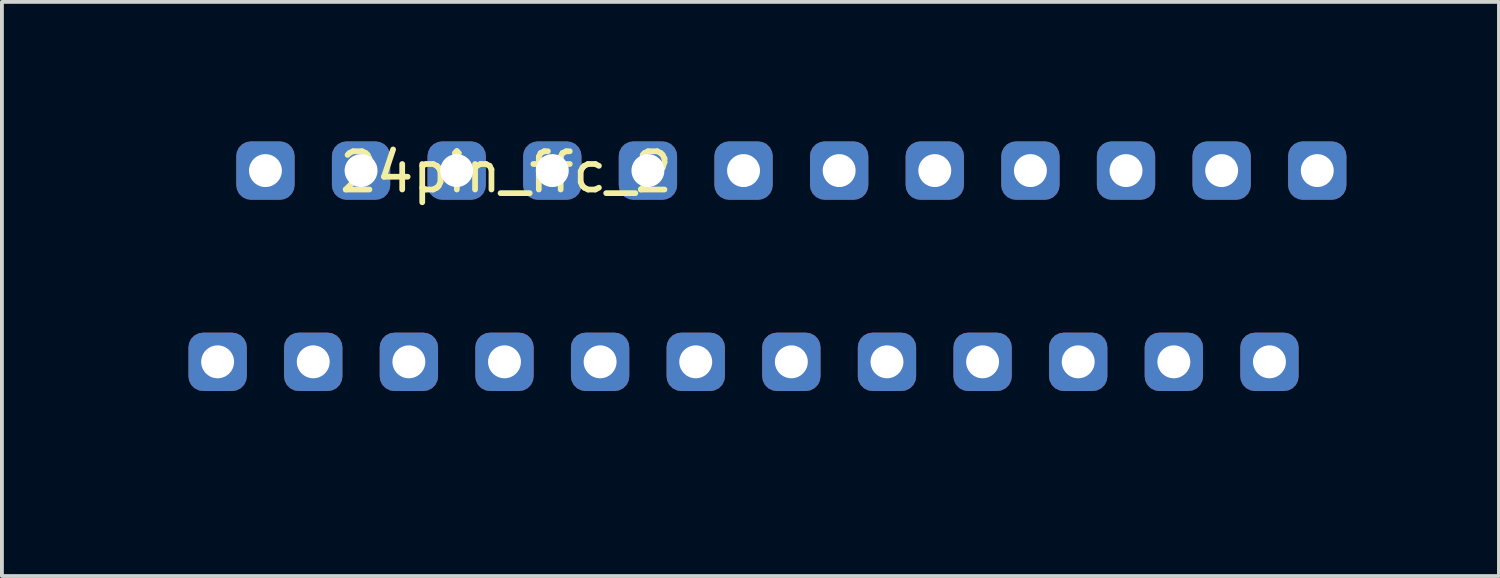
<source format=kicad_pcb>
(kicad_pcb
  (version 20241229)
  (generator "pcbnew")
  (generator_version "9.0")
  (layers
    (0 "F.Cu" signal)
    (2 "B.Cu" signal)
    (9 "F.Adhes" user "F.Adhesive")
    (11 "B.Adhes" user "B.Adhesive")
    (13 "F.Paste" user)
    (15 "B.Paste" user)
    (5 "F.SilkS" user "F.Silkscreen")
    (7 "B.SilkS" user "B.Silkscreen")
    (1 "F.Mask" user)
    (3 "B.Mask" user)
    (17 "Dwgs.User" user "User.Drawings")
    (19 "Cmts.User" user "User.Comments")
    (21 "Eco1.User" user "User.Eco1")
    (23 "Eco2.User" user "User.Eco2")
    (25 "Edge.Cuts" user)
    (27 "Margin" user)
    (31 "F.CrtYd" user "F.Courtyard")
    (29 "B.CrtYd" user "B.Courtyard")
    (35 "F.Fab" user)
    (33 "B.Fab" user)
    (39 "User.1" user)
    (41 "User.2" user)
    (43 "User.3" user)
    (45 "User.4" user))
  (footprint "24pin_ffc_2"
    (layer "F.Cu")
    (at 5.14 6.41)
    (property "Reference" "24pin_ffc_2" (at 5.04 -4.96 0) (layer "F.SilkS") (effects (font (size 1 1) (thickness 0.15))))
    (attr through_hole)
    (fp_line (start -5.08 -6.35) (end -5.08 2.54) (stroke (width 0.12) (type solid)) (layer "B.Paste"))
    (fp_line (start -5.08 -6.35) (end 27.94 -6.35) (stroke (width 0.12) (type solid)) (layer "B.Paste"))
    (fp_line (start -5.08 1.27) (end 27.94 1.27) (stroke (width 0.12) (type solid)) (layer "B.Paste"))
    (fp_line (start -3.81 1.27) (end -3.81 2.54) (stroke (width 0.12) (type solid)) (layer "B.Paste"))
    (fp_line (start -2.54 1.27) (end -3.81 1.27) (stroke (width 0.12) (type solid)) (layer "B.Paste"))
    (fp_line (start -2.54 2.54) (end -2.54 1.27) (stroke (width 0.12) (type solid)) (layer "B.Paste"))
    (fp_line (start -1.27 1.27) (end -1.27 2.54) (stroke (width 0.12) (type solid)) (layer "B.Paste"))
    (fp_line (start -1.27 2.54) (end -2.54 2.54) (stroke (width 0.12) (type solid)) (layer "B.Paste"))
    (fp_line (start 0 1.27) (end -1.27 1.27) (stroke (width 0.12) (type solid)) (layer "B.Paste"))
    (fp_line (start 0 2.54) (end 0 1.27) (stroke (width 0.12) (type solid)) (layer "B.Paste"))
    (fp_line (start 1.27 1.27) (end 1.27 2.54) (stroke (width 0.12) (type solid)) (layer "B.Paste"))
    (fp_line (start 1.27 2.54) (end 0 2.54) (stroke (width 0.12) (type solid)) (layer "B.Paste"))
    (fp_line (start 2.54 1.27) (end 1.27 1.27) (stroke (width 0.12) (type solid)) (layer "B.Paste"))
    (fp_line (start 2.54 2.54) (end 2.54 1.27) (stroke (width 0.12) (type solid)) (layer "B.Paste"))
    (fp_line (start 3.81 1.27) (end 3.81 2.54) (stroke (width 0.12) (type solid)) (layer "B.Paste"))
    (fp_line (start 3.81 2.54) (end 2.54 2.54) (stroke (width 0.12) (type solid)) (layer "B.Paste"))
    (fp_line (start 5.08 1.27) (end 3.81 1.27) (stroke (width 0.12) (type solid)) (layer "B.Paste"))
    (fp_line (start 5.08 2.54) (end 5.08 1.27) (stroke (width 0.12) (type solid)) (layer "B.Paste"))
    (fp_line (start 6.35 1.27) (end 6.35 2.54) (stroke (width 0.12) (type solid)) (layer "B.Paste"))
    (fp_line (start 6.35 2.54) (end 5.08 2.54) (stroke (width 0.12) (type solid)) (layer "B.Paste"))
    (fp_line (start 7.62 1.27) (end 6.35 1.27) (stroke (width 0.12) (type solid)) (layer "B.Paste"))
    (fp_line (start 7.62 2.54) (end 7.62 1.27) (stroke (width 0.12) (type solid)) (layer "B.Paste"))
    (fp_line (start 8.89 1.27) (end 8.89 2.54) (stroke (width 0.12) (type solid)) (layer "B.Paste"))
    (fp_line (start 8.89 2.54) (end 7.62 2.54) (stroke (width 0.12) (type solid)) (layer "B.Paste"))
    (fp_line (start 10.16 1.27) (end 8.89 1.27) (stroke (width 0.12) (type solid)) (layer "B.Paste"))
    (fp_line (start 10.16 2.54) (end 10.16 1.27) (stroke (width 0.12) (type solid)) (layer "B.Paste"))
    (fp_line (start 11.43 1.27) (end 11.43 2.54) (stroke (width 0.12) (type solid)) (layer "B.Paste"))
    (fp_line (start 11.43 2.54) (end 10.16 2.54) (stroke (width 0.12) (type solid)) (layer "B.Paste"))
    (fp_line (start 12.7 1.27) (end 11.43 1.27) (stroke (width 0.12) (type solid)) (layer "B.Paste"))
    (fp_line (start 12.7 2.54) (end 12.7 1.27) (stroke (width 0.12) (type solid)) (layer "B.Paste"))
    (fp_line (start 13.97 1.27) (end 13.97 2.54) (stroke (width 0.12) (type solid)) (layer "B.Paste"))
    (fp_line (start 13.97 2.54) (end 12.7 2.54) (stroke (width 0.12) (type solid)) (layer "B.Paste"))
    (fp_line (start 15.24 1.27) (end 13.97 1.27) (stroke (width 0.12) (type solid)) (layer "B.Paste"))
    (fp_line (start 15.24 2.54) (end 15.24 1.27) (stroke (width 0.12) (type solid)) (layer "B.Paste"))
    (fp_line (start 16.51 1.27) (end 16.51 2.54) (stroke (width 0.12) (type solid)) (layer "B.Paste"))
    (fp_line (start 16.51 2.54) (end 15.24 2.54) (stroke (width 0.12) (type solid)) (layer "B.Paste"))
    (fp_line (start 17.78 1.27) (end 16.51 1.27) (stroke (width 0.12) (type solid)) (layer "B.Paste"))
    (fp_line (start 17.78 2.54) (end 17.78 1.27) (stroke (width 0.12) (type solid)) (layer "B.Paste"))
    (fp_line (start 19.05 1.27) (end 19.05 2.54) (stroke (width 0.12) (type solid)) (layer "B.Paste"))
    (fp_line (start 19.05 2.54) (end 17.78 2.54) (stroke (width 0.12) (type solid)) (layer "B.Paste"))
    (fp_line (start 20.32 1.27) (end 19.05 1.27) (stroke (width 0.12) (type solid)) (layer "B.Paste"))
    (fp_line (start 20.32 2.54) (end 20.32 1.27) (stroke (width 0.12) (type solid)) (layer "B.Paste"))
    (fp_line (start 21.59 1.27) (end 21.59 2.54) (stroke (width 0.12) (type solid)) (layer "B.Paste"))
    (fp_line (start 21.59 2.54) (end 20.32 2.54) (stroke (width 0.12) (type solid)) (layer "B.Paste"))
    (fp_line (start 22.86 1.27) (end 21.59 1.27) (stroke (width 0.12) (type solid)) (layer "B.Paste"))
    (fp_line (start 22.86 2.54) (end 22.86 1.27) (stroke (width 0.12) (type solid)) (layer "B.Paste"))
    (fp_line (start 24.13 1.27) (end 24.13 2.54) (stroke (width 0.12) (type solid)) (layer "B.Paste"))
    (fp_line (start 24.13 2.54) (end 22.86 2.54) (stroke (width 0.12) (type solid)) (layer "B.Paste"))
    (fp_line (start 25.4 1.27) (end 24.13 1.27) (stroke (width 0.12) (type solid)) (layer "B.Paste"))
    (fp_line (start 25.4 2.54) (end 25.4 1.27) (stroke (width 0.12) (type solid)) (layer "B.Paste"))
    (fp_line (start 26.67 1.27) (end 26.67 2.54) (stroke (width 0.12) (type solid)) (layer "B.Paste"))
    (fp_line (start 26.67 2.54) (end 25.4 2.54) (stroke (width 0.12) (type solid)) (layer "B.Paste"))
    (fp_line (start 27.94 -6.35) (end 27.94 2.54) (stroke (width 0.12) (type solid)) (layer "B.Paste"))
    (fp_line (start 27.94 1.27) (end 26.67 1.27) (stroke (width 0.12) (type solid)) (layer "B.Paste"))
    (fp_line (start 27.94 2.54) (end -5.08 2.54) (stroke (width 0.12) (type solid)) (layer "B.Paste"))
    (pad "1" thru_hole roundrect (at 26.25 -5) (size 1.524 1.524) (drill 0.86) (layers "*.Cu" "*.Mask") (roundrect_rratio 0.25))
    (pad "2" thru_hole roundrect (at 25 0) (size 1.524 1.524) (drill 0.86) (layers "*.Cu" "*.Mask") (roundrect_rratio 0.25))
    (pad "3" thru_hole roundrect (at 23.75 -5) (size 1.524 1.524) (drill 0.86) (layers "*.Cu" "*.Mask") (roundrect_rratio 0.25))
    (pad "4" thru_hole roundrect (at 22.5 0) (size 1.524 1.524) (drill 0.86) (layers "*.Cu" "*.Mask") (roundrect_rratio 0.25))
    (pad "5" thru_hole roundrect (at 21.25 -5) (size 1.524 1.524) (drill 0.86) (layers "*.Cu" "*.Mask") (roundrect_rratio 0.25))
    (pad "6" thru_hole roundrect (at 20 0) (size 1.524 1.524) (drill 0.86) (layers "*.Cu" "*.Mask") (roundrect_rratio 0.25))
    (pad "7" thru_hole roundrect (at 18.75 -5) (size 1.524 1.524) (drill 0.86) (layers "*.Cu" "*.Mask") (roundrect_rratio 0.25))
    (pad "8" thru_hole roundrect (at 17.5 0) (size 1.524 1.524) (drill 0.86) (layers "*.Cu" "*.Mask") (roundrect_rratio 0.25))
    (pad "9" thru_hole roundrect (at 16.25 -5) (size 1.524 1.524) (drill 0.86) (layers "*.Cu" "*.Mask") (roundrect_rratio 0.25))
    (pad "10" thru_hole roundrect (at 15 0) (size 1.524 1.524) (drill 0.86) (layers "*.Cu" "*.Mask") (roundrect_rratio 0.25))
    (pad "11" thru_hole roundrect (at 13.75 -5) (size 1.524 1.524) (drill 0.86) (layers "*.Cu" "*.Mask") (roundrect_rratio 0.25))
    (pad "12" thru_hole roundrect (at 12.5 0) (size 1.524 1.524) (drill 0.86) (layers "*.Cu" "*.Mask") (roundrect_rratio 0.25))
    (pad "13" thru_hole roundrect (at 11.25 -5) (size 1.524 1.524) (drill 0.86) (layers "*.Cu" "*.Mask") (roundrect_rratio 0.25))
    (pad "14" thru_hole roundrect (at 10 0) (size 1.524 1.524) (drill 0.86) (layers "*.Cu" "*.Mask") (roundrect_rratio 0.25))
    (pad "15" thru_hole roundrect (at 8.75 -5) (size 1.524 1.524) (drill 0.86) (layers "*.Cu" "*.Mask") (roundrect_rratio 0.25))
    (pad "16" thru_hole roundrect (at 7.5 0) (size 1.524 1.524) (drill 0.86) (layers "*.Cu" "*.Mask") (roundrect_rratio 0.25))
    (pad "17" thru_hole roundrect (at 6.25 -5) (size 1.524 1.524) (drill 0.86) (layers "*.Cu" "*.Mask") (roundrect_rratio 0.25))
    (pad "18" thru_hole roundrect (at 5 0) (size 1.524 1.524) (drill 0.86) (layers "*.Cu" "*.Mask") (roundrect_rratio 0.25))
    (pad "19" thru_hole roundrect (at 3.75 -5) (size 1.524 1.524) (drill 0.86) (layers "*.Cu" "*.Mask") (roundrect_rratio 0.25))
    (pad "20" thru_hole roundrect (at 2.5 0) (size 1.524 1.524) (drill 0.86) (layers "*.Cu" "*.Mask") (roundrect_rratio 0.25))
    (pad "21" thru_hole roundrect (at 1.25 -5) (size 1.524 1.524) (drill 0.86) (layers "*.Cu" "*.Mask") (roundrect_rratio 0.25))
    (pad "22" thru_hole roundrect (at 0 0) (size 1.524 1.524) (drill 0.86) (layers "*.Cu" "*.Mask") (roundrect_rratio 0.25))
    (pad "23" thru_hole roundrect (at -1.25 -5) (size 1.524 1.524) (drill 0.86) (layers "*.Cu" "*.Mask") (roundrect_rratio 0.25))
    (pad "24" thru_hole roundrect (at -2.5 0) (size 1.524 1.524) (drill 0.86) (layers "*.Cu" "*.Mask") (roundrect_rratio 0.25)))
  (gr_rect
    (start -3 -3)
    (end 36.14 12.01)
    (stroke (width 0.1) (type default))
    (fill no)
    (layer "Edge.Cuts")))
</source>
